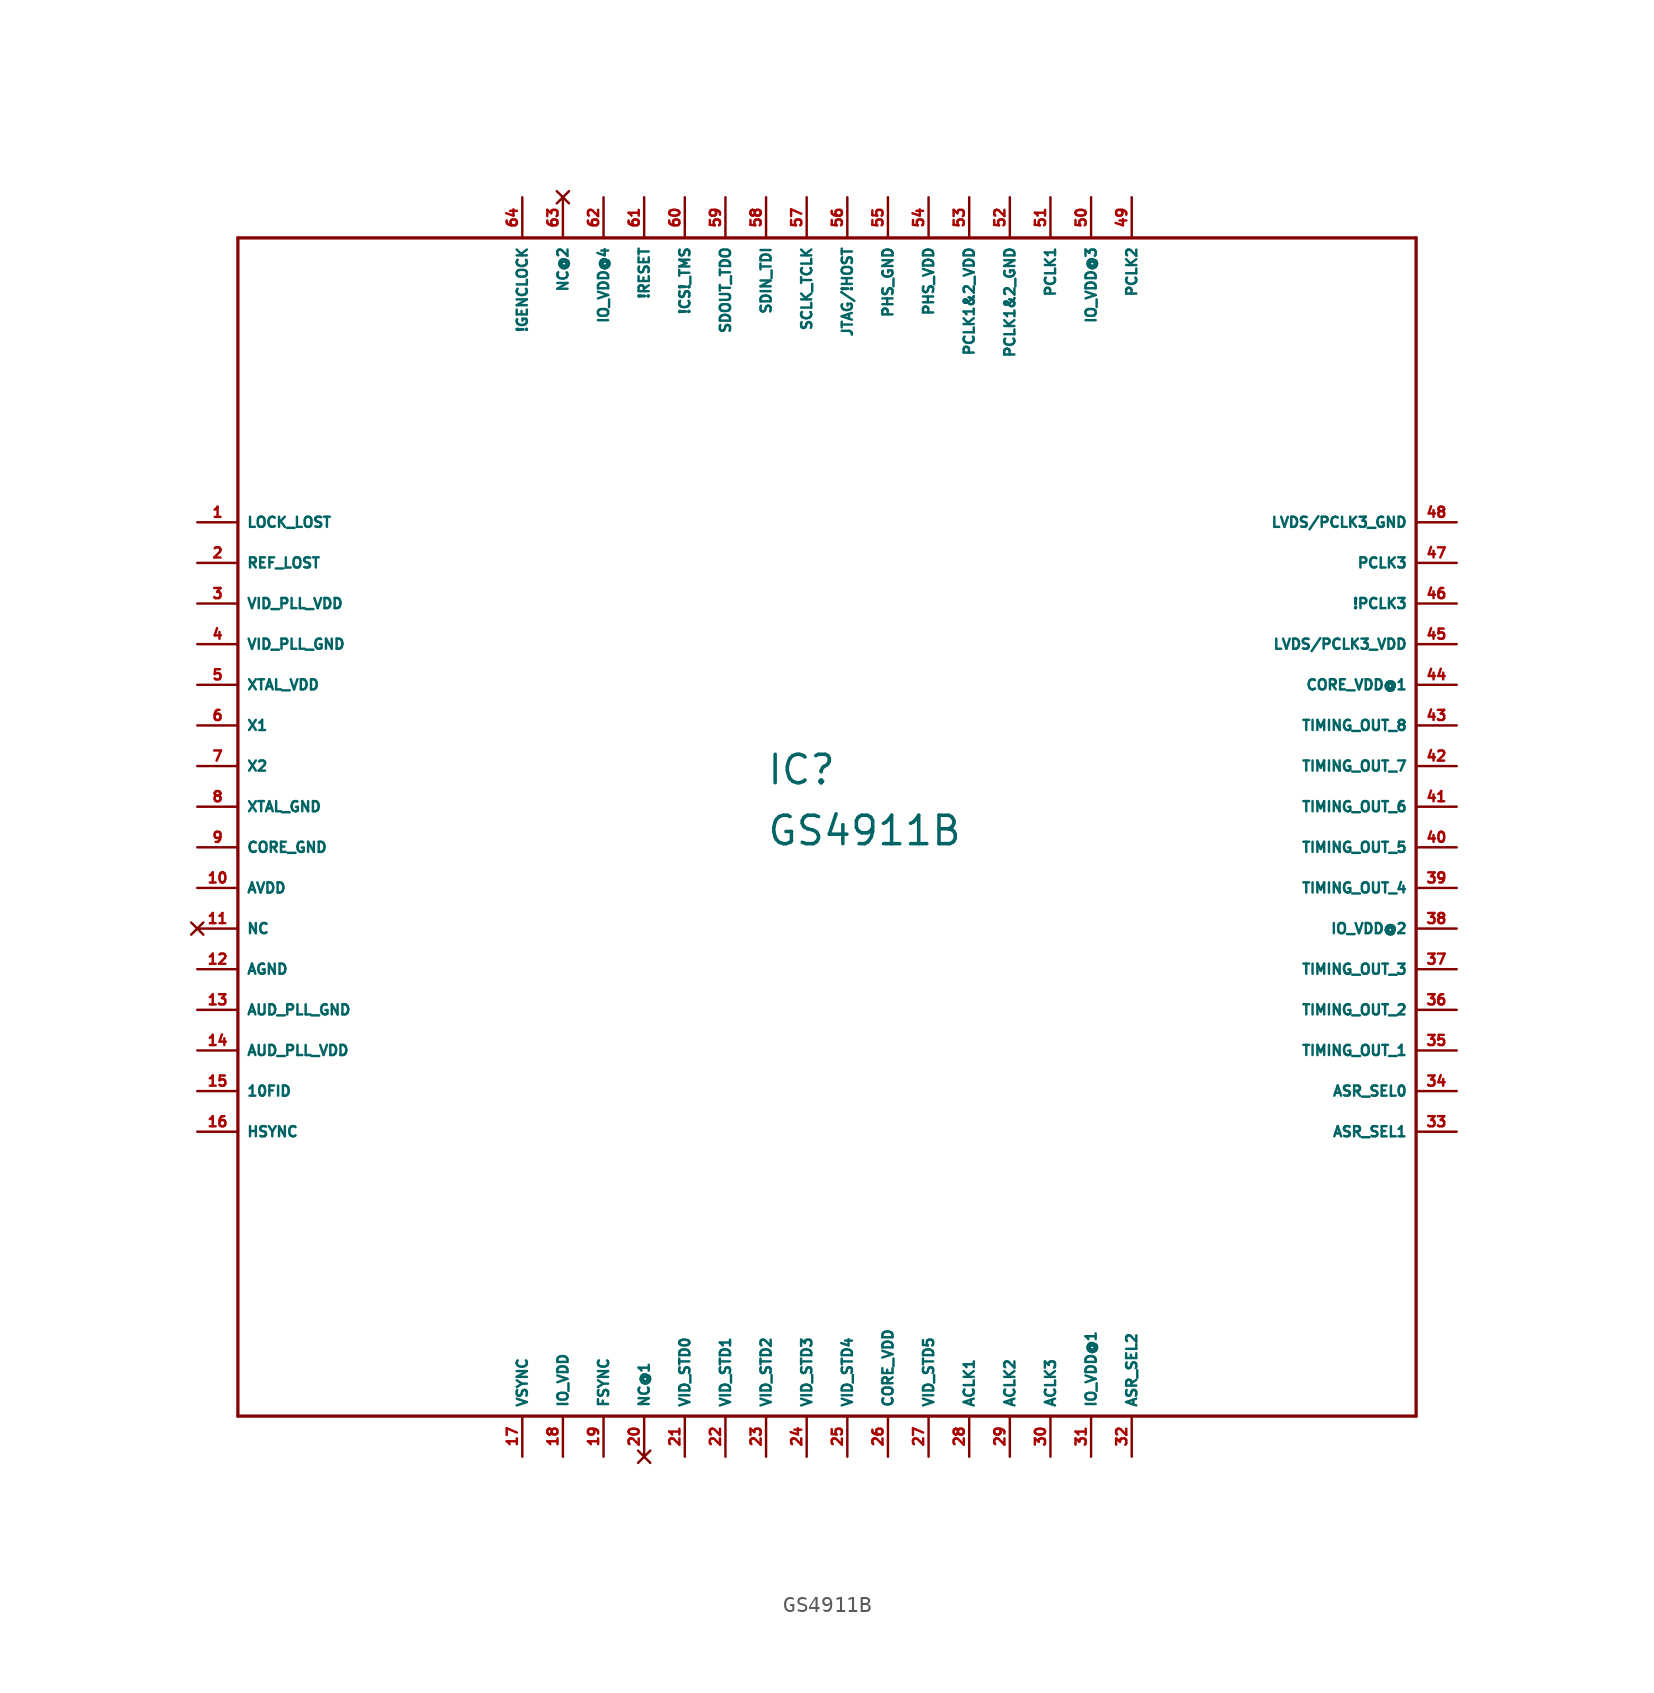
<source format=kicad_sym>
(kicad_symbol_lib
  (version 20220914)
  (generator Eagle2Kicad)
  (symbol "GS4911B"
    (property "Reference" "IC"
      (at -5.08 1.27 0)
      (effects (font (size 1.778 1.778) (thickness 0.22)) (justify left bottom)))
    (property "Value" "GS4911B"
      (at -5.08 -2.54 0)
      (effects (font (size 1.778 1.778) (thickness 0.22)) (justify left bottom)))
    (polyline
      (pts (xy -38.1 -38.1) (xy 35.56 -38.1))
      (stroke (width 0.203) (type default))
      (fill (type none)))
    (polyline
      (pts (xy 35.56 -38.1) (xy 35.56 35.56))
      (stroke (width 0.203) (type default))
      (fill (type none)))
    (polyline
      (pts (xy 35.56 35.56) (xy -38.1 35.56))
      (stroke (width 0.203) (type default))
      (fill (type none)))
    (polyline
      (pts (xy -38.1 35.56) (xy -38.1 -38.1))
      (stroke (width 0.203) (type default))
      (fill (type none)))
    (pin output line
      (at -40.64 17.78 0)
      (length 2.54)
      (name "LOCK_LOST" (effects (font (size 0.635 0.635) (thickness 0.08)) (justify left bottom)))
      (number "1" (effects (font (size 0.635 0.635) (thickness 0.08)) (justify left bottom))))
    (pin output line
      (at -40.64 15.24 0)
      (length 2.54)
      (name "REF_LOST" (effects (font (size 0.635 0.635) (thickness 0.08)) (justify left bottom)))
      (number "2" (effects (font (size 0.635 0.635) (thickness 0.08)) (justify left bottom))))
    (pin unspecified line
      (at -40.64 12.7 0)
      (length 2.54)
      (name "VID_PLL_VDD" (effects (font (size 0.635 0.635) (thickness 0.08)) (justify left bottom)))
      (number "3" (effects (font (size 0.635 0.635) (thickness 0.08)) (justify left bottom))))
    (pin unspecified line
      (at -40.64 10.16 0)
      (length 2.54)
      (name "VID_PLL_GND" (effects (font (size 0.635 0.635) (thickness 0.08)) (justify left bottom)))
      (number "4" (effects (font (size 0.635 0.635) (thickness 0.08)) (justify left bottom))))
    (pin unspecified line
      (at -40.64 7.62 0)
      (length 2.54)
      (name "XTAL_VDD" (effects (font (size 0.635 0.635) (thickness 0.08)) (justify left bottom)))
      (number "5" (effects (font (size 0.635 0.635) (thickness 0.08)) (justify left bottom))))
    (pin input line
      (at -40.64 5.08 0)
      (length 2.54)
      (name "X1" (effects (font (size 0.635 0.635) (thickness 0.08)) (justify left bottom)))
      (number "6" (effects (font (size 0.635 0.635) (thickness 0.08)) (justify left bottom))))
    (pin output line
      (at -40.64 2.54 0)
      (length 2.54)
      (name "X2" (effects (font (size 0.635 0.635) (thickness 0.08)) (justify left bottom)))
      (number "7" (effects (font (size 0.635 0.635) (thickness 0.08)) (justify left bottom))))
    (pin unspecified line
      (at -40.64 0 0)
      (length 2.54)
      (name "XTAL_GND" (effects (font (size 0.635 0.635) (thickness 0.08)) (justify left bottom)))
      (number "8" (effects (font (size 0.635 0.635) (thickness 0.08)) (justify left bottom))))
    (pin unspecified line
      (at -40.64 -2.54 0)
      (length 2.54)
      (name "CORE_GND" (effects (font (size 0.635 0.635) (thickness 0.08)) (justify left bottom)))
      (number "9" (effects (font (size 0.635 0.635) (thickness 0.08)) (justify left bottom))))
    (pin unspecified line
      (at -40.64 -5.08 0)
      (length 2.54)
      (name "AVDD" (effects (font (size 0.635 0.635) (thickness 0.08)) (justify left bottom)))
      (number "10" (effects (font (size 0.635 0.635) (thickness 0.08)) (justify left bottom))))
    (pin no_connect line
      (at -40.64 -7.62 0)
      (length 2.54)
      (name "NC" (effects (font (size 0.635 0.635) (thickness 0.08)) (justify left bottom) hide))
      (number "11" (effects (font (size 0.635 0.635) (thickness 0.08)) (justify left bottom) hide)))
    (pin unspecified line
      (at -40.64 -10.16 0)
      (length 2.54)
      (name "AGND" (effects (font (size 0.635 0.635) (thickness 0.08)) (justify left bottom)))
      (number "12" (effects (font (size 0.635 0.635) (thickness 0.08)) (justify left bottom))))
    (pin unspecified line
      (at -40.64 -12.7 0)
      (length 2.54)
      (name "AUD_PLL_GND" (effects (font (size 0.635 0.635) (thickness 0.08)) (justify left bottom)))
      (number "13" (effects (font (size 0.635 0.635) (thickness 0.08)) (justify left bottom))))
    (pin unspecified line
      (at -40.64 -15.24 0)
      (length 2.54)
      (name "AUD_PLL_VDD" (effects (font (size 0.635 0.635) (thickness 0.08)) (justify left bottom)))
      (number "14" (effects (font (size 0.635 0.635) (thickness 0.08)) (justify left bottom))))
    (pin input line
      (at -40.64 -17.78 0)
      (length 2.54)
      (name "10FID" (effects (font (size 0.635 0.635) (thickness 0.08)) (justify left bottom)))
      (number "15" (effects (font (size 0.635 0.635) (thickness 0.08)) (justify left bottom))))
    (pin input line
      (at -40.64 -20.32 0)
      (length 2.54)
      (name "HSYNC" (effects (font (size 0.635 0.635) (thickness 0.08)) (justify left bottom)))
      (number "16" (effects (font (size 0.635 0.635) (thickness 0.08)) (justify left bottom))))
    (pin input line
      (at -20.32 -40.64 90)
      (length 2.54)
      (name "VSYNC" (effects (font (size 0.635 0.635) (thickness 0.08)) (justify left bottom)))
      (number "17" (effects (font (size 0.635 0.635) (thickness 0.08)) (justify left bottom))))
    (pin unspecified line
      (at -17.78 -40.64 90)
      (length 2.54)
      (name "IO_VDD" (effects (font (size 0.635 0.635) (thickness 0.08)) (justify left bottom)))
      (number "18" (effects (font (size 0.635 0.635) (thickness 0.08)) (justify left bottom))))
    (pin input line
      (at -15.24 -40.64 90)
      (length 2.54)
      (name "FSYNC" (effects (font (size 0.635 0.635) (thickness 0.08)) (justify left bottom)))
      (number "19" (effects (font (size 0.635 0.635) (thickness 0.08)) (justify left bottom))))
    (pin no_connect line
      (at -12.7 -40.64 90)
      (length 2.54)
      (name "NC@1" (effects (font (size 0.635 0.635) (thickness 0.08)) (justify left bottom) hide))
      (number "20" (effects (font (size 0.635 0.635) (thickness 0.08)) (justify left bottom) hide)))
    (pin input line
      (at -10.16 -40.64 90)
      (length 2.54)
      (name "VID_STD0" (effects (font (size 0.635 0.635) (thickness 0.08)) (justify left bottom)))
      (number "21" (effects (font (size 0.635 0.635) (thickness 0.08)) (justify left bottom))))
    (pin input line
      (at -7.62 -40.64 90)
      (length 2.54)
      (name "VID_STD1" (effects (font (size 0.635 0.635) (thickness 0.08)) (justify left bottom)))
      (number "22" (effects (font (size 0.635 0.635) (thickness 0.08)) (justify left bottom))))
    (pin input line
      (at -5.08 -40.64 90)
      (length 2.54)
      (name "VID_STD2" (effects (font (size 0.635 0.635) (thickness 0.08)) (justify left bottom)))
      (number "23" (effects (font (size 0.635 0.635) (thickness 0.08)) (justify left bottom))))
    (pin input line
      (at -2.54 -40.64 90)
      (length 2.54)
      (name "VID_STD3" (effects (font (size 0.635 0.635) (thickness 0.08)) (justify left bottom)))
      (number "24" (effects (font (size 0.635 0.635) (thickness 0.08)) (justify left bottom))))
    (pin input line
      (at 0 -40.64 90)
      (length 2.54)
      (name "VID_STD4" (effects (font (size 0.635 0.635) (thickness 0.08)) (justify left bottom)))
      (number "25" (effects (font (size 0.635 0.635) (thickness 0.08)) (justify left bottom))))
    (pin unspecified line
      (at 2.54 -40.64 90)
      (length 2.54)
      (name "CORE_VDD" (effects (font (size 0.635 0.635) (thickness 0.08)) (justify left bottom)))
      (number "26" (effects (font (size 0.635 0.635) (thickness 0.08)) (justify left bottom))))
    (pin input line
      (at 5.08 -40.64 90)
      (length 2.54)
      (name "VID_STD5" (effects (font (size 0.635 0.635) (thickness 0.08)) (justify left bottom)))
      (number "27" (effects (font (size 0.635 0.635) (thickness 0.08)) (justify left bottom))))
    (pin output line
      (at 7.62 -40.64 90)
      (length 2.54)
      (name "ACLK1" (effects (font (size 0.635 0.635) (thickness 0.08)) (justify left bottom)))
      (number "28" (effects (font (size 0.635 0.635) (thickness 0.08)) (justify left bottom))))
    (pin output line
      (at 10.16 -40.64 90)
      (length 2.54)
      (name "ACLK2" (effects (font (size 0.635 0.635) (thickness 0.08)) (justify left bottom)))
      (number "29" (effects (font (size 0.635 0.635) (thickness 0.08)) (justify left bottom))))
    (pin output line
      (at 12.7 -40.64 90)
      (length 2.54)
      (name "ACLK3" (effects (font (size 0.635 0.635) (thickness 0.08)) (justify left bottom)))
      (number "30" (effects (font (size 0.635 0.635) (thickness 0.08)) (justify left bottom))))
    (pin unspecified line
      (at 15.24 -40.64 90)
      (length 2.54)
      (name "IO_VDD@1" (effects (font (size 0.635 0.635) (thickness 0.08)) (justify left bottom)))
      (number "31" (effects (font (size 0.635 0.635) (thickness 0.08)) (justify left bottom))))
    (pin input line
      (at 17.78 -40.64 90)
      (length 2.54)
      (name "ASR_SEL2" (effects (font (size 0.635 0.635) (thickness 0.08)) (justify left bottom)))
      (number "32" (effects (font (size 0.635 0.635) (thickness 0.08)) (justify left bottom))))
    (pin input line
      (at 38.1 -20.32 180)
      (length 2.54)
      (name "ASR_SEL1" (effects (font (size 0.635 0.635) (thickness 0.08)) (justify left bottom)))
      (number "33" (effects (font (size 0.635 0.635) (thickness 0.08)) (justify left bottom))))
    (pin input line
      (at 38.1 -17.78 180)
      (length 2.54)
      (name "ASR_SEL0" (effects (font (size 0.635 0.635) (thickness 0.08)) (justify left bottom)))
      (number "34" (effects (font (size 0.635 0.635) (thickness 0.08)) (justify left bottom))))
    (pin output line
      (at 38.1 -15.24 180)
      (length 2.54)
      (name "TIMING_OUT_1" (effects (font (size 0.635 0.635) (thickness 0.08)) (justify left bottom)))
      (number "35" (effects (font (size 0.635 0.635) (thickness 0.08)) (justify left bottom))))
    (pin output line
      (at 38.1 -12.7 180)
      (length 2.54)
      (name "TIMING_OUT_2" (effects (font (size 0.635 0.635) (thickness 0.08)) (justify left bottom)))
      (number "36" (effects (font (size 0.635 0.635) (thickness 0.08)) (justify left bottom))))
    (pin output line
      (at 38.1 -10.16 180)
      (length 2.54)
      (name "TIMING_OUT_3" (effects (font (size 0.635 0.635) (thickness 0.08)) (justify left bottom)))
      (number "37" (effects (font (size 0.635 0.635) (thickness 0.08)) (justify left bottom))))
    (pin unspecified line
      (at 38.1 -7.62 180)
      (length 2.54)
      (name "IO_VDD@2" (effects (font (size 0.635 0.635) (thickness 0.08)) (justify left bottom)))
      (number "38" (effects (font (size 0.635 0.635) (thickness 0.08)) (justify left bottom))))
    (pin output line
      (at 38.1 -5.08 180)
      (length 2.54)
      (name "TIMING_OUT_4" (effects (font (size 0.635 0.635) (thickness 0.08)) (justify left bottom)))
      (number "39" (effects (font (size 0.635 0.635) (thickness 0.08)) (justify left bottom))))
    (pin output line
      (at 38.1 -2.54 180)
      (length 2.54)
      (name "TIMING_OUT_5" (effects (font (size 0.635 0.635) (thickness 0.08)) (justify left bottom)))
      (number "40" (effects (font (size 0.635 0.635) (thickness 0.08)) (justify left bottom))))
    (pin output line
      (at 38.1 0 180)
      (length 2.54)
      (name "TIMING_OUT_6" (effects (font (size 0.635 0.635) (thickness 0.08)) (justify left bottom)))
      (number "41" (effects (font (size 0.635 0.635) (thickness 0.08)) (justify left bottom))))
    (pin output line
      (at 38.1 2.54 180)
      (length 2.54)
      (name "TIMING_OUT_7" (effects (font (size 0.635 0.635) (thickness 0.08)) (justify left bottom)))
      (number "42" (effects (font (size 0.635 0.635) (thickness 0.08)) (justify left bottom))))
    (pin output line
      (at 38.1 5.08 180)
      (length 2.54)
      (name "TIMING_OUT_8" (effects (font (size 0.635 0.635) (thickness 0.08)) (justify left bottom)))
      (number "43" (effects (font (size 0.635 0.635) (thickness 0.08)) (justify left bottom))))
    (pin unspecified line
      (at 38.1 7.62 180)
      (length 2.54)
      (name "CORE_VDD@1" (effects (font (size 0.635 0.635) (thickness 0.08)) (justify left bottom)))
      (number "44" (effects (font (size 0.635 0.635) (thickness 0.08)) (justify left bottom))))
    (pin unspecified line
      (at 38.1 10.16 180)
      (length 2.54)
      (name "LVDS/PCLK3_VDD" (effects (font (size 0.635 0.635) (thickness 0.08)) (justify left bottom)))
      (number "45" (effects (font (size 0.635 0.635) (thickness 0.08)) (justify left bottom))))
    (pin output line
      (at 38.1 12.7 180)
      (length 2.54)
      (name "!PCLK3" (effects (font (size 0.635 0.635) (thickness 0.08)) (justify left bottom)))
      (number "46" (effects (font (size 0.635 0.635) (thickness 0.08)) (justify left bottom))))
    (pin output line
      (at 38.1 15.24 180)
      (length 2.54)
      (name "PCLK3" (effects (font (size 0.635 0.635) (thickness 0.08)) (justify left bottom)))
      (number "47" (effects (font (size 0.635 0.635) (thickness 0.08)) (justify left bottom))))
    (pin unspecified line
      (at 38.1 17.78 180)
      (length 2.54)
      (name "LVDS/PCLK3_GND" (effects (font (size 0.635 0.635) (thickness 0.08)) (justify left bottom)))
      (number "48" (effects (font (size 0.635 0.635) (thickness 0.08)) (justify left bottom))))
    (pin output line
      (at 17.78 38.1 270)
      (length 2.54)
      (name "PCLK2" (effects (font (size 0.635 0.635) (thickness 0.08)) (justify left bottom)))
      (number "49" (effects (font (size 0.635 0.635) (thickness 0.08)) (justify left bottom))))
    (pin unspecified line
      (at 15.24 38.1 270)
      (length 2.54)
      (name "IO_VDD@3" (effects (font (size 0.635 0.635) (thickness 0.08)) (justify left bottom)))
      (number "50" (effects (font (size 0.635 0.635) (thickness 0.08)) (justify left bottom))))
    (pin output line
      (at 12.7 38.1 270)
      (length 2.54)
      (name "PCLK1" (effects (font (size 0.635 0.635) (thickness 0.08)) (justify left bottom)))
      (number "51" (effects (font (size 0.635 0.635) (thickness 0.08)) (justify left bottom))))
    (pin unspecified line
      (at 10.16 38.1 270)
      (length 2.54)
      (name "PCLK1&2_GND" (effects (font (size 0.635 0.635) (thickness 0.08)) (justify left bottom)))
      (number "52" (effects (font (size 0.635 0.635) (thickness 0.08)) (justify left bottom))))
    (pin unspecified line
      (at 7.62 38.1 270)
      (length 2.54)
      (name "PCLK1&2_VDD" (effects (font (size 0.635 0.635) (thickness 0.08)) (justify left bottom)))
      (number "53" (effects (font (size 0.635 0.635) (thickness 0.08)) (justify left bottom))))
    (pin unspecified line
      (at 5.08 38.1 270)
      (length 2.54)
      (name "PHS_VDD" (effects (font (size 0.635 0.635) (thickness 0.08)) (justify left bottom)))
      (number "54" (effects (font (size 0.635 0.635) (thickness 0.08)) (justify left bottom))))
    (pin unspecified line
      (at 2.54 38.1 270)
      (length 2.54)
      (name "PHS_GND" (effects (font (size 0.635 0.635) (thickness 0.08)) (justify left bottom)))
      (number "55" (effects (font (size 0.635 0.635) (thickness 0.08)) (justify left bottom))))
    (pin input line
      (at 0 38.1 270)
      (length 2.54)
      (name "JTAG/!HOST" (effects (font (size 0.635 0.635) (thickness 0.08)) (justify left bottom)))
      (number "56" (effects (font (size 0.635 0.635) (thickness 0.08)) (justify left bottom))))
    (pin input line
      (at -2.54 38.1 270)
      (length 2.54)
      (name "SCLK_TCLK" (effects (font (size 0.635 0.635) (thickness 0.08)) (justify left bottom)))
      (number "57" (effects (font (size 0.635 0.635) (thickness 0.08)) (justify left bottom))))
    (pin input line
      (at -5.08 38.1 270)
      (length 2.54)
      (name "SDIN_TDI" (effects (font (size 0.635 0.635) (thickness 0.08)) (justify left bottom)))
      (number "58" (effects (font (size 0.635 0.635) (thickness 0.08)) (justify left bottom))))
    (pin output line
      (at -7.62 38.1 270)
      (length 2.54)
      (name "SDOUT_TDO" (effects (font (size 0.635 0.635) (thickness 0.08)) (justify left bottom)))
      (number "59" (effects (font (size 0.635 0.635) (thickness 0.08)) (justify left bottom))))
    (pin input line
      (at -10.16 38.1 270)
      (length 2.54)
      (name "!CS!_TMS" (effects (font (size 0.635 0.635) (thickness 0.08)) (justify left bottom)))
      (number "60" (effects (font (size 0.635 0.635) (thickness 0.08)) (justify left bottom))))
    (pin input line
      (at -12.7 38.1 270)
      (length 2.54)
      (name "!RESET" (effects (font (size 0.635 0.635) (thickness 0.08)) (justify left bottom)))
      (number "61" (effects (font (size 0.635 0.635) (thickness 0.08)) (justify left bottom))))
    (pin unspecified line
      (at -15.24 38.1 270)
      (length 2.54)
      (name "IO_VDD@4" (effects (font (size 0.635 0.635) (thickness 0.08)) (justify left bottom)))
      (number "62" (effects (font (size 0.635 0.635) (thickness 0.08)) (justify left bottom))))
    (pin no_connect line
      (at -17.78 38.1 270)
      (length 2.54)
      (name "NC@2" (effects (font (size 0.635 0.635) (thickness 0.08)) (justify left bottom) hide))
      (number "63" (effects (font (size 0.635 0.635) (thickness 0.08)) (justify left bottom) hide)))
    (pin input line
      (at -20.32 38.1 270)
      (length 2.54)
      (name "!GENCLOCK" (effects (font (size 0.635 0.635) (thickness 0.08)) (justify left bottom)))
      (number "64" (effects (font (size 0.635 0.635) (thickness 0.08)) (justify left bottom))))))
</source>
